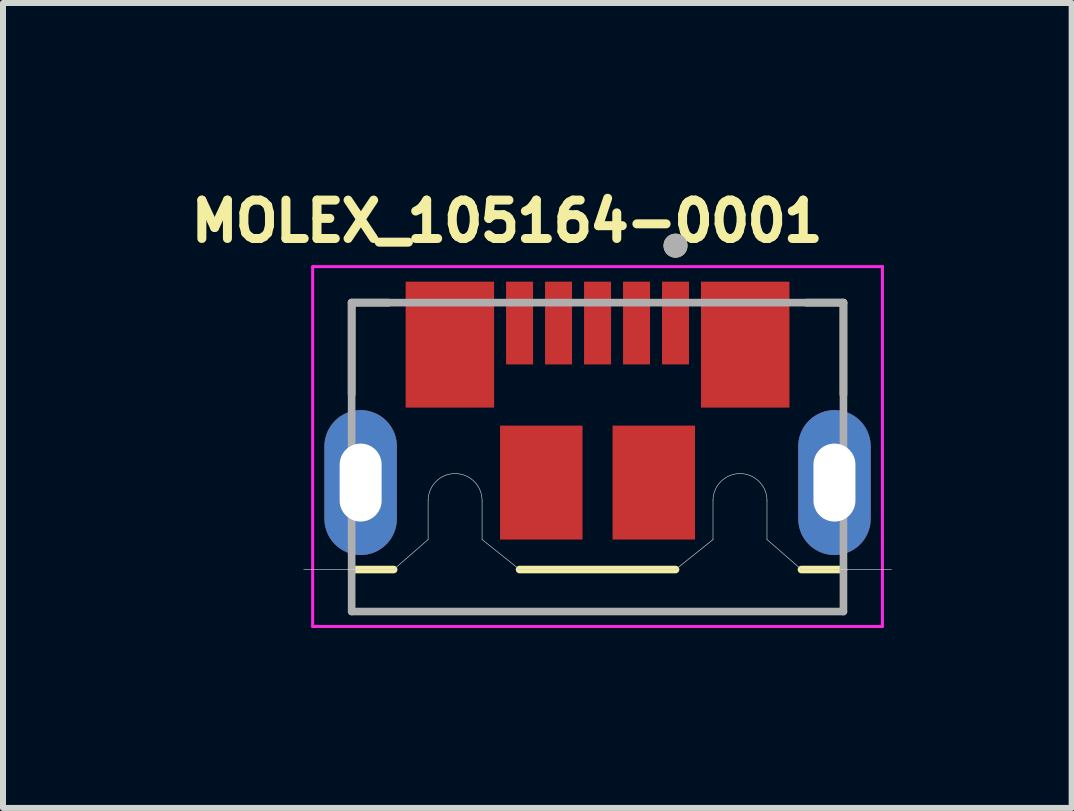
<source format=kicad_pcb>
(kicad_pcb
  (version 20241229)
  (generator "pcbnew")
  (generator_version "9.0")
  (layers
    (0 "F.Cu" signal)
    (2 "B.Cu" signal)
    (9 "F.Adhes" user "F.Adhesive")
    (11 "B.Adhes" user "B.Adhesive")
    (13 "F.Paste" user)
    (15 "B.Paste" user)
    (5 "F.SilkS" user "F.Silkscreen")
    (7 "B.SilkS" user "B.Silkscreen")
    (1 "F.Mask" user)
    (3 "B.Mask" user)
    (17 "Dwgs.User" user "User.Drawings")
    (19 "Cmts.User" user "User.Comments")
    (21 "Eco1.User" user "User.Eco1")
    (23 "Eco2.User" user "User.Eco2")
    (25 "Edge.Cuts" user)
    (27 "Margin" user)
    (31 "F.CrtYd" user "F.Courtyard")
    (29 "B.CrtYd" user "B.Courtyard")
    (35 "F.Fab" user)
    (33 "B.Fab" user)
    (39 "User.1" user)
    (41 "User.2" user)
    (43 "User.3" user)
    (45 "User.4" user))
  (footprint "MOLEX_105164-0001"
    (layer "F.Cu")
    (at 6.913 6.446)
    (property "Reference" "MOLEX_105164-0001" (at -1.508 -5.808 0) (layer "F.SilkS") (effects (font (size 0.64 0.64) (thickness 0.15))))
    (attr smd)
    (fp_line (start -4.1 -4.45) (end -3.48 -4.45) (stroke (width 0.127) (type solid)) (layer "F.SilkS"))
    (fp_line (start -4.1 -2.92) (end -4.1 -4.45) (stroke (width 0.127) (type solid)) (layer "F.SilkS"))
    (fp_line (start -4.1 0) (end -3.4 0) (stroke (width 0.127) (type solid)) (layer "F.SilkS"))
    (fp_line (start -1.3 0) (end 1.3 0) (stroke (width 0.127) (type solid)) (layer "F.SilkS"))
    (fp_line (start 3.4 0) (end 4.1 0) (stroke (width 0.127) (type solid)) (layer "F.SilkS"))
    (fp_line (start 4.1 -4.45) (end 3.48 -4.45) (stroke (width 0.127) (type solid)) (layer "F.SilkS"))
    (fp_line (start 4.1 -2.92) (end 4.1 -4.45) (stroke (width 0.127) (type solid)) (layer "F.SilkS"))
    (fp_circle (center 1.3 -5.4) (end 1.4 -5.4) (stroke (width 0.2) (type solid)) (fill no) (layer "F.SilkS"))
    (fp_line (start -4.9 0) (end -3.4 0) (stroke (width 0.01) (type solid)) (layer "Edge.Cuts"))
    (fp_line (start -3.4 0) (end -2.825 -0.5) (stroke (width 0.01) (type solid)) (layer "Edge.Cuts"))
    (fp_line (start -2.825 -1.15) (end -2.825 -0.5) (stroke (width 0.01) (type solid)) (layer "Edge.Cuts"))
    (fp_line (start -1.925 -1.15) (end -1.925 -0.5) (stroke (width 0.01) (type solid)) (layer "Edge.Cuts"))
    (fp_line (start -1.3 0) (end -1.925 -0.5) (stroke (width 0.01) (type solid)) (layer "Edge.Cuts"))
    (fp_line (start 0 0) (end -1.3 0) (stroke (width 0.01) (type solid)) (layer "Edge.Cuts"))
    (fp_line (start 0 0) (end 1.3 0) (stroke (width 0.01) (type solid)) (layer "Edge.Cuts"))
    (fp_line (start 1.3 0) (end 1.925 -0.5) (stroke (width 0.01) (type solid)) (layer "Edge.Cuts"))
    (fp_line (start 1.925 -1.15) (end 1.925 -0.5) (stroke (width 0.01) (type solid)) (layer "Edge.Cuts"))
    (fp_line (start 2.825 -1.15) (end 2.825 -0.5) (stroke (width 0.01) (type solid)) (layer "Edge.Cuts"))
    (fp_line (start 3.4 0) (end 2.825 -0.5) (stroke (width 0.01) (type solid)) (layer "Edge.Cuts"))
    (fp_line (start 4.9 0) (end 3.4 0) (stroke (width 0.01) (type solid)) (layer "Edge.Cuts"))
    (fp_arc (start -2.825 -1.15) (mid -2.375 -1.6) (end -1.925 -1.15) (stroke (width 0.01) (type solid)) (layer "Edge.Cuts"))
    (fp_arc (start 1.925 -1.15) (mid 2.375 -1.6) (end 2.825 -1.15) (stroke (width 0.01) (type solid)) (layer "Edge.Cuts"))
    (fp_line (start -4.75 -5.05) (end 4.75 -5.05) (stroke (width 0.05) (type solid)) (layer "F.CrtYd"))
    (fp_line (start -4.75 0.95) (end -4.75 -5.05) (stroke (width 0.05) (type solid)) (layer "F.CrtYd"))
    (fp_line (start 4.75 -5.05) (end 4.75 0.95) (stroke (width 0.05) (type solid)) (layer "F.CrtYd"))
    (fp_line (start 4.75 0.95) (end -4.75 0.95) (stroke (width 0.05) (type solid)) (layer "F.CrtYd"))
    (fp_line (start -4.1 -4.45) (end 4.1 -4.45) (stroke (width 0.127) (type solid)) (layer "F.Fab"))
    (fp_line (start -4.1 0.7) (end -4.1 -4.45) (stroke (width 0.127) (type solid)) (layer "F.Fab"))
    (fp_line (start 4.1 -4.45) (end 4.1 0.7) (stroke (width 0.127) (type solid)) (layer "F.Fab"))
    (fp_line (start 4.1 0.7) (end -4.1 0.7) (stroke (width 0.127) (type solid)) (layer "F.Fab"))
    (fp_circle (center 1.3 -5.4) (end 1.4 -5.4) (stroke (width 0.2) (type solid)) (fill no) (layer "F.Fab"))
    (pad "1" smd rect (at 1.3 -4.11 90) (size 1.38 0.45) (layers "F.Cu" "F.Mask" "F.Paste"))
    (pad "2" smd rect (at 0.65 -4.11 90) (size 1.38 0.45) (layers "F.Cu" "F.Mask" "F.Paste"))
    (pad "3" smd rect (at 0 -4.11 90) (size 1.38 0.45) (layers "F.Cu" "F.Mask" "F.Paste"))
    (pad "4" smd rect (at -0.65 -4.11 90) (size 1.38 0.45) (layers "F.Cu" "F.Mask" "F.Paste"))
    (pad "5" smd rect (at -1.3 -4.11 90) (size 1.38 0.45) (layers "F.Cu" "F.Mask" "F.Paste"))
    (pad "SH1" thru_hole oval (at -3.95 -1.45) (size 1.208 2.416) (drill oval 0.7 1.3) (layers "*.Cu" "*.Mask"))
    (pad "SH2" smd rect (at -2.462 -3.75 90) (size 2.1 1.475) (layers "F.Cu" "F.Mask" "F.Paste"))
    (pad "SH3" smd rect (at -0.938 -1.45 90) (size 1.9 1.375) (layers "F.Cu" "F.Mask" "F.Paste"))
    (pad "SH4" smd rect (at 0.938 -1.45 90) (size 1.9 1.375) (layers "F.Cu" "F.Mask" "F.Paste"))
    (pad "SH5" smd rect (at 2.462 -3.75 90) (size 2.1 1.475) (layers "F.Cu" "F.Mask" "F.Paste"))
    (pad "SH6" thru_hole oval (at 3.95 -1.45) (size 1.208 2.416) (drill oval 0.7 1.3) (layers "*.Cu" "*.Mask")))
  (gr_rect
    (start -3 -3)
    (end 14.818 10.421)
    (stroke (width 0.1) (type default))
    (fill no)
    (layer "Edge.Cuts")))
</source>
